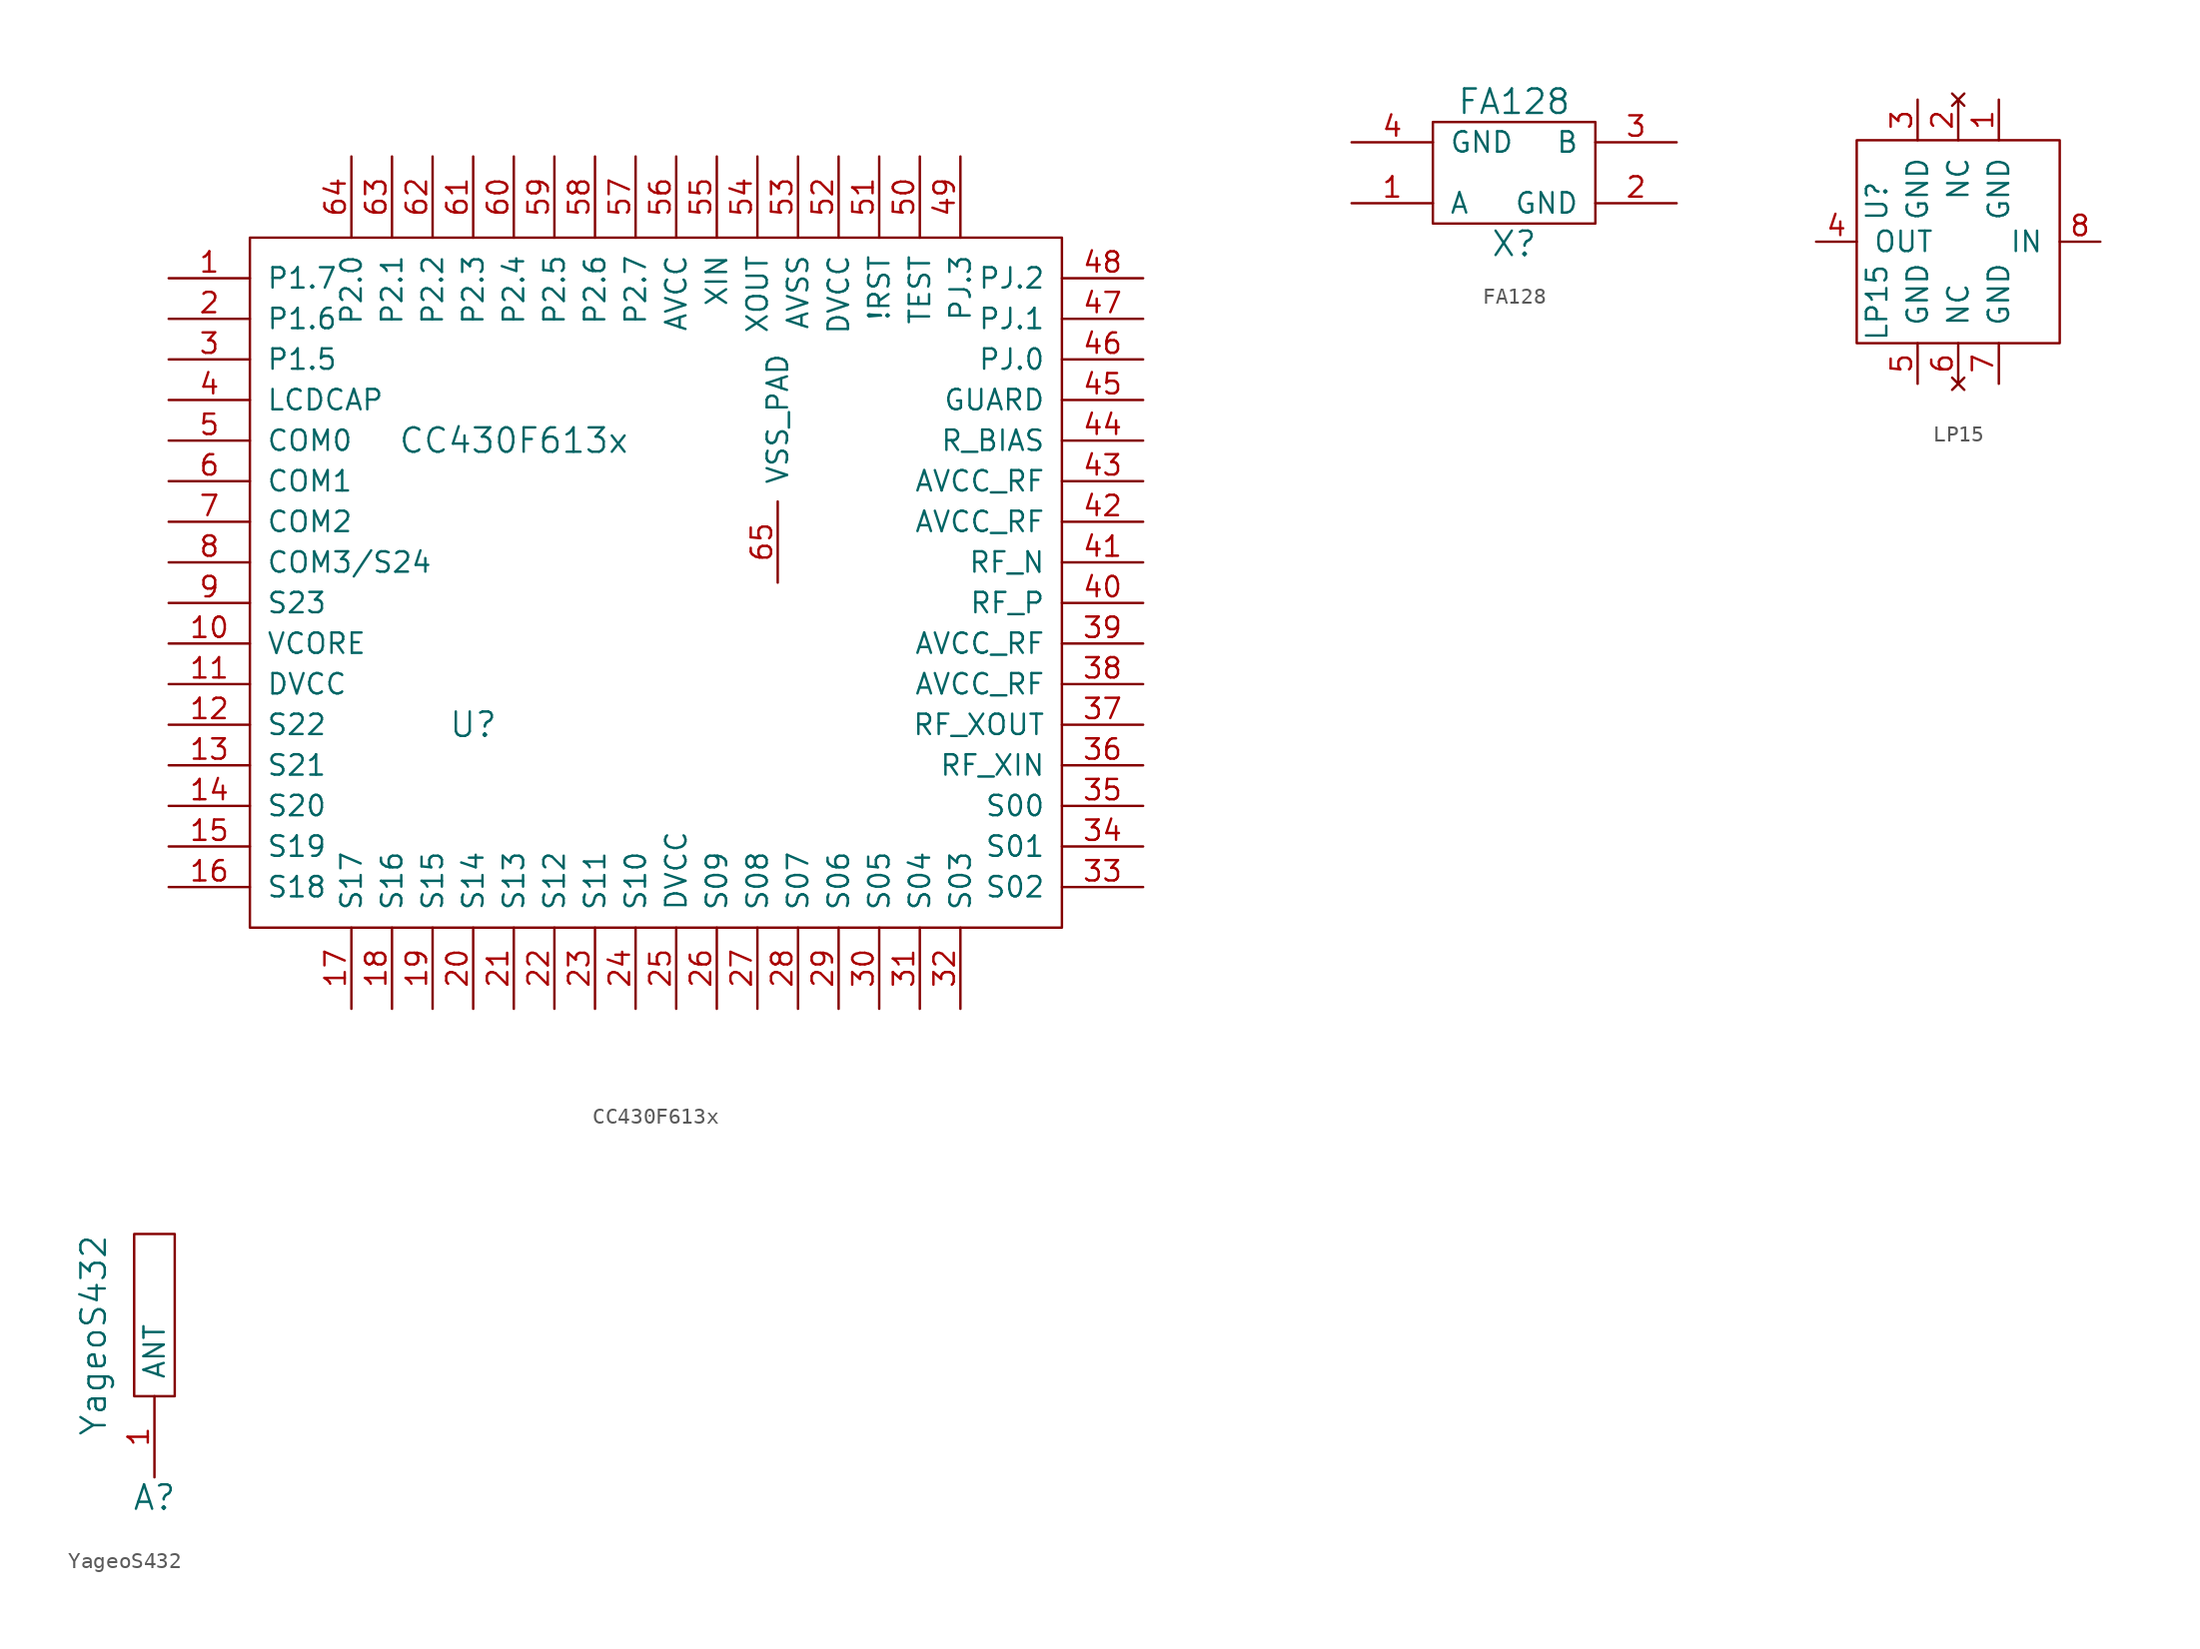
<source format=kicad_sym>
(kicad_symbol_lib
  (version 20211014)
  (generator kicad_symbol_editor)
  (symbol "CC430F613x"
    (pin_names
      (offset 1.016))
    (property "Reference" "U"
      (at -11.43 -8.89 0)
      (effects (font (size 1.524 1.524))))
    (property "Value" "CC430F613x"
      (at -8.89 8.89 0)
      (effects (font (size 1.524 1.524))))
    (symbol "CC430F613x_0_1"
      (rectangle (start 25.4 -21.59) (end -25.4 21.59) (stroke (width 0) (type default) (color 0 0 0 0)) (fill (type none))))
    (symbol "CC430F613x_1_1"
      (pin tri_state line (at -30.48 19.05 0) (length 5.08) (name "P1.7" (effects (font (size 1.27 1.27)))) (number "1" (effects (font (size 1.27 1.27)))))
      (pin power_out line (at -30.48 -3.81 0) (length 5.08) (name "VCORE" (effects (font (size 1.27 1.27)))) (number "10" (effects (font (size 1.27 1.27)))))
      (pin power_in line (at -30.48 -6.35 0) (length 5.08) (name "DVCC" (effects (font (size 1.27 1.27)))) (number "11" (effects (font (size 1.27 1.27)))))
      (pin output line (at -30.48 -8.89 0) (length 5.08) (name "S22" (effects (font (size 1.27 1.27)))) (number "12" (effects (font (size 1.27 1.27)))))
      (pin output line (at -30.48 -11.43 0) (length 5.08) (name "S21" (effects (font (size 1.27 1.27)))) (number "13" (effects (font (size 1.27 1.27)))))
      (pin output line (at -30.48 -13.97 0) (length 5.08) (name "S20" (effects (font (size 1.27 1.27)))) (number "14" (effects (font (size 1.27 1.27)))))
      (pin output line (at -30.48 -16.51 0) (length 5.08) (name "S19" (effects (font (size 1.27 1.27)))) (number "15" (effects (font (size 1.27 1.27)))))
      (pin output line (at -30.48 -19.05 0) (length 5.08) (name "S18" (effects (font (size 1.27 1.27)))) (number "16" (effects (font (size 1.27 1.27)))))
      (pin output line (at -19.05 -26.67 90) (length 5.08) (name "S17" (effects (font (size 1.27 1.27)))) (number "17" (effects (font (size 1.27 1.27)))))
      (pin output line (at -16.51 -26.67 90) (length 5.08) (name "S16" (effects (font (size 1.27 1.27)))) (number "18" (effects (font (size 1.27 1.27)))))
      (pin output line (at -13.97 -26.67 90) (length 5.08) (name "S15" (effects (font (size 1.27 1.27)))) (number "19" (effects (font (size 1.27 1.27)))))
      (pin tri_state line (at -30.48 16.51 0) (length 5.08) (name "P1.6" (effects (font (size 1.27 1.27)))) (number "2" (effects (font (size 1.27 1.27)))))
      (pin output line (at -11.43 -26.67 90) (length 5.08) (name "S14" (effects (font (size 1.27 1.27)))) (number "20" (effects (font (size 1.27 1.27)))))
      (pin output line (at -8.89 -26.67 90) (length 5.08) (name "S13" (effects (font (size 1.27 1.27)))) (number "21" (effects (font (size 1.27 1.27)))))
      (pin output line (at -6.35 -26.67 90) (length 5.08) (name "S12" (effects (font (size 1.27 1.27)))) (number "22" (effects (font (size 1.27 1.27)))))
      (pin output line (at -3.81 -26.67 90) (length 5.08) (name "S11" (effects (font (size 1.27 1.27)))) (number "23" (effects (font (size 1.27 1.27)))))
      (pin output line (at -1.27 -26.67 90) (length 5.08) (name "S10" (effects (font (size 1.27 1.27)))) (number "24" (effects (font (size 1.27 1.27)))))
      (pin power_in line (at 1.27 -26.67 90) (length 5.08) (name "DVCC" (effects (font (size 1.27 1.27)))) (number "25" (effects (font (size 1.27 1.27)))))
      (pin output line (at 3.81 -26.67 90) (length 5.08) (name "S09" (effects (font (size 1.27 1.27)))) (number "26" (effects (font (size 1.27 1.27)))))
      (pin output line (at 6.35 -26.67 90) (length 5.08) (name "S08" (effects (font (size 1.27 1.27)))) (number "27" (effects (font (size 1.27 1.27)))))
      (pin output line (at 8.89 -26.67 90) (length 5.08) (name "S07" (effects (font (size 1.27 1.27)))) (number "28" (effects (font (size 1.27 1.27)))))
      (pin output line (at 11.43 -26.67 90) (length 5.08) (name "S06" (effects (font (size 1.27 1.27)))) (number "29" (effects (font (size 1.27 1.27)))))
      (pin tri_state line (at -30.48 13.97 0) (length 5.08) (name "P1.5" (effects (font (size 1.27 1.27)))) (number "3" (effects (font (size 1.27 1.27)))))
      (pin output line (at 13.97 -26.67 90) (length 5.08) (name "S05" (effects (font (size 1.27 1.27)))) (number "30" (effects (font (size 1.27 1.27)))))
      (pin output line (at 16.51 -26.67 90) (length 5.08) (name "S04" (effects (font (size 1.27 1.27)))) (number "31" (effects (font (size 1.27 1.27)))))
      (pin output line (at 19.05 -26.67 90) (length 5.08) (name "S03" (effects (font (size 1.27 1.27)))) (number "32" (effects (font (size 1.27 1.27)))))
      (pin output line (at 30.48 -19.05 180) (length 5.08) (name "S02" (effects (font (size 1.27 1.27)))) (number "33" (effects (font (size 1.27 1.27)))))
      (pin output line (at 30.48 -16.51 180) (length 5.08) (name "S01" (effects (font (size 1.27 1.27)))) (number "34" (effects (font (size 1.27 1.27)))))
      (pin output line (at 30.48 -13.97 180) (length 5.08) (name "S00" (effects (font (size 1.27 1.27)))) (number "35" (effects (font (size 1.27 1.27)))))
      (pin input line (at 30.48 -11.43 180) (length 5.08) (name "RF_XIN" (effects (font (size 1.27 1.27)))) (number "36" (effects (font (size 1.27 1.27)))))
      (pin input line (at 30.48 -8.89 180) (length 5.08) (name "RF_XOUT" (effects (font (size 1.27 1.27)))) (number "37" (effects (font (size 1.27 1.27)))))
      (pin power_in line (at 30.48 -6.35 180) (length 5.08) (name "AVCC_RF" (effects (font (size 1.27 1.27)))) (number "38" (effects (font (size 1.27 1.27)))))
      (pin power_in line (at 30.48 -3.81 180) (length 5.08) (name "AVCC_RF" (effects (font (size 1.27 1.27)))) (number "39" (effects (font (size 1.27 1.27)))))
      (pin input line (at -30.48 11.43 0) (length 5.08) (name "LCDCAP" (effects (font (size 1.27 1.27)))) (number "4" (effects (font (size 1.27 1.27)))))
      (pin output line (at 30.48 -1.27 180) (length 5.08) (name "RF_P" (effects (font (size 1.27 1.27)))) (number "40" (effects (font (size 1.27 1.27)))))
      (pin output line (at 30.48 1.27 180) (length 5.08) (name "RF_N" (effects (font (size 1.27 1.27)))) (number "41" (effects (font (size 1.27 1.27)))))
      (pin power_in line (at 30.48 3.81 180) (length 5.08) (name "AVCC_RF" (effects (font (size 1.27 1.27)))) (number "42" (effects (font (size 1.27 1.27)))))
      (pin power_in line (at 30.48 6.35 180) (length 5.08) (name "AVCC_RF" (effects (font (size 1.27 1.27)))) (number "43" (effects (font (size 1.27 1.27)))))
      (pin input line (at 30.48 8.89 180) (length 5.08) (name "R_BIAS" (effects (font (size 1.27 1.27)))) (number "44" (effects (font (size 1.27 1.27)))))
      (pin input line (at 30.48 11.43 180) (length 5.08) (name "GUARD" (effects (font (size 1.27 1.27)))) (number "45" (effects (font (size 1.27 1.27)))))
      (pin tri_state line (at 30.48 13.97 180) (length 5.08) (name "PJ.0" (effects (font (size 1.27 1.27)))) (number "46" (effects (font (size 1.27 1.27)))))
      (pin tri_state line (at 30.48 16.51 180) (length 5.08) (name "PJ.1" (effects (font (size 1.27 1.27)))) (number "47" (effects (font (size 1.27 1.27)))))
      (pin tri_state line (at 30.48 19.05 180) (length 5.08) (name "PJ.2" (effects (font (size 1.27 1.27)))) (number "48" (effects (font (size 1.27 1.27)))))
      (pin tri_state line (at 19.05 26.67 270) (length 5.08) (name "PJ.3" (effects (font (size 1.27 1.27)))) (number "49" (effects (font (size 1.27 1.27)))))
      (pin output line (at -30.48 8.89 0) (length 5.08) (name "COM0" (effects (font (size 1.27 1.27)))) (number "5" (effects (font (size 1.27 1.27)))))
      (pin input line (at 16.51 26.67 270) (length 5.08) (name "TEST" (effects (font (size 1.27 1.27)))) (number "50" (effects (font (size 1.27 1.27)))))
      (pin input line (at 13.97 26.67 270) (length 5.08) (name "!RST" (effects (font (size 1.27 1.27)))) (number "51" (effects (font (size 1.27 1.27)))))
      (pin power_in line (at 11.43 26.67 270) (length 5.08) (name "DVCC" (effects (font (size 1.27 1.27)))) (number "52" (effects (font (size 1.27 1.27)))))
      (pin power_in line (at 8.89 26.67 270) (length 5.08) (name "AVSS" (effects (font (size 1.27 1.27)))) (number "53" (effects (font (size 1.27 1.27)))))
      (pin output line (at 6.35 26.67 270) (length 5.08) (name "XOUT" (effects (font (size 1.27 1.27)))) (number "54" (effects (font (size 1.27 1.27)))))
      (pin input line (at 3.81 26.67 270) (length 5.08) (name "XIN" (effects (font (size 1.27 1.27)))) (number "55" (effects (font (size 1.27 1.27)))))
      (pin power_in line (at 1.27 26.67 270) (length 5.08) (name "AVCC" (effects (font (size 1.27 1.27)))) (number "56" (effects (font (size 1.27 1.27)))))
      (pin tri_state line (at -1.27 26.67 270) (length 5.08) (name "P2.7" (effects (font (size 1.27 1.27)))) (number "57" (effects (font (size 1.27 1.27)))))
      (pin tri_state line (at -3.81 26.67 270) (length 5.08) (name "P2.6" (effects (font (size 1.27 1.27)))) (number "58" (effects (font (size 1.27 1.27)))))
      (pin tri_state line (at -6.35 26.67 270) (length 5.08) (name "P2.5" (effects (font (size 1.27 1.27)))) (number "59" (effects (font (size 1.27 1.27)))))
      (pin output line (at -30.48 6.35 0) (length 5.08) (name "COM1" (effects (font (size 1.27 1.27)))) (number "6" (effects (font (size 1.27 1.27)))))
      (pin tri_state line (at -8.89 26.67 270) (length 5.08) (name "P2.4" (effects (font (size 1.27 1.27)))) (number "60" (effects (font (size 1.27 1.27)))))
      (pin tri_state line (at -11.43 26.67 270) (length 5.08) (name "P2.3" (effects (font (size 1.27 1.27)))) (number "61" (effects (font (size 1.27 1.27)))))
      (pin tri_state line (at -13.97 26.67 270) (length 5.08) (name "P2.2" (effects (font (size 1.27 1.27)))) (number "62" (effects (font (size 1.27 1.27)))))
      (pin tri_state line (at -16.51 26.67 270) (length 5.08) (name "P2.1" (effects (font (size 1.27 1.27)))) (number "63" (effects (font (size 1.27 1.27)))))
      (pin tri_state line (at -19.05 26.67 270) (length 5.08) (name "P2.0" (effects (font (size 1.27 1.27)))) (number "64" (effects (font (size 1.27 1.27)))))
      (pin power_in line (at 7.62 0 90) (length 5.08) (name "VSS_PAD" (effects (font (size 1.27 1.27)))) (number "65" (effects (font (size 1.27 1.27)))))
      (pin output line (at -30.48 3.81 0) (length 5.08) (name "COM2" (effects (font (size 1.27 1.27)))) (number "7" (effects (font (size 1.27 1.27)))))
      (pin output line (at -30.48 1.27 0) (length 5.08) (name "COM3/S24" (effects (font (size 1.27 1.27)))) (number "8" (effects (font (size 1.27 1.27)))))
      (pin output line (at -30.48 -1.27 0) (length 5.08) (name "S23" (effects (font (size 1.27 1.27)))) (number "9" (effects (font (size 1.27 1.27)))))))
  (symbol "FA128"
    (pin_names
      (offset 1.016))
    (property "Reference" "X"
      (at 0 -5.08 0)
      (effects (font (size 1.524 1.524))))
    (property "Value" "FA128"
      (at 0 3.81 0)
      (effects (font (size 1.524 1.524))))
    (symbol "FA128_0_1"
      (rectangle (start -5.08 -3.81) (end 5.08 2.54) (stroke (width 0) (type default) (color 0 0 0 0)) (fill (type none))))
    (symbol "FA128_1_1"
      (pin input line (at -10.16 -2.54 0) (length 5.08) (name "A" (effects (font (size 1.27 1.27)))) (number "1" (effects (font (size 1.27 1.27)))))
      (pin input line (at 10.16 -2.54 180) (length 5.08) (name "GND" (effects (font (size 1.27 1.27)))) (number "2" (effects (font (size 1.27 1.27)))))
      (pin input line (at 10.16 1.27 180) (length 5.08) (name "B" (effects (font (size 1.27 1.27)))) (number "3" (effects (font (size 1.27 1.27)))))
      (pin input line (at -10.16 1.27 0) (length 5.08) (name "GND" (effects (font (size 1.27 1.27)))) (number "4" (effects (font (size 1.27 1.27)))))))
  (symbol "LP15"
    (pin_names
      (offset 1.016))
    (property "Reference" "U"
      (at -5.08 2.54 90)
      (effects (font (size 1.27 1.27))))
    (property "Value" "LP15"
      (at -5.08 -3.81 90)
      (effects (font (size 1.27 1.27))))
    (symbol "LP15_0_1"
      (rectangle (start -6.35 6.35) (end 6.35 -6.35) (stroke (width 0) (type default) (color 0 0 0 0)) (fill (type none))))
    (symbol "LP15_1_1"
      (pin power_in line (at 2.54 8.89 270) (length 2.54) (name "GND" (effects (font (size 1.27 1.27)))) (number "1" (effects (font (size 1.27 1.27)))))
      (pin no_connect line (at 0 8.89 270) (length 2.54) (name "NC" (effects (font (size 1.27 1.27)))) (number "2" (effects (font (size 1.27 1.27)))))
      (pin power_in line (at -2.54 8.89 270) (length 2.54) (name "GND" (effects (font (size 1.27 1.27)))) (number "3" (effects (font (size 1.27 1.27)))))
      (pin passive line (at -8.89 0 0) (length 2.54) (name "OUT" (effects (font (size 1.27 1.27)))) (number "4" (effects (font (size 1.27 1.27)))))
      (pin power_in line (at -2.54 -8.89 90) (length 2.54) (name "GND" (effects (font (size 1.27 1.27)))) (number "5" (effects (font (size 1.27 1.27)))))
      (pin no_connect line (at 0 -8.89 90) (length 2.54) (name "NC" (effects (font (size 1.27 1.27)))) (number "6" (effects (font (size 1.27 1.27)))))
      (pin power_in line (at 2.54 -8.89 90) (length 2.54) (name "GND" (effects (font (size 1.27 1.27)))) (number "7" (effects (font (size 1.27 1.27)))))
      (pin passive line (at 8.89 0 180) (length 2.54) (name "IN" (effects (font (size 1.27 1.27)))) (number "8" (effects (font (size 1.27 1.27)))))))
  (symbol "YageoS432"
    (pin_names
      (offset 1.016))
    (property "Reference" "A"
      (at 0 -7.62 0)
      (effects (font (size 1.524 1.524))))
    (property "Value" "YageoS432"
      (at -3.81 2.54 90)
      (effects (font (size 1.524 1.524))))
    (symbol "YageoS432_0_1"
      (rectangle (start -1.27 -1.27) (end 1.27 8.89) (stroke (width 0) (type default) (color 0 0 0 0)) (fill (type none))))
    (symbol "YageoS432_1_1"
      (pin input line (at 0 -6.35 90) (length 5.08) (name "ANT" (effects (font (size 1.27 1.27)))) (number "1" (effects (font (size 1.27 1.27))))))))
</source>
